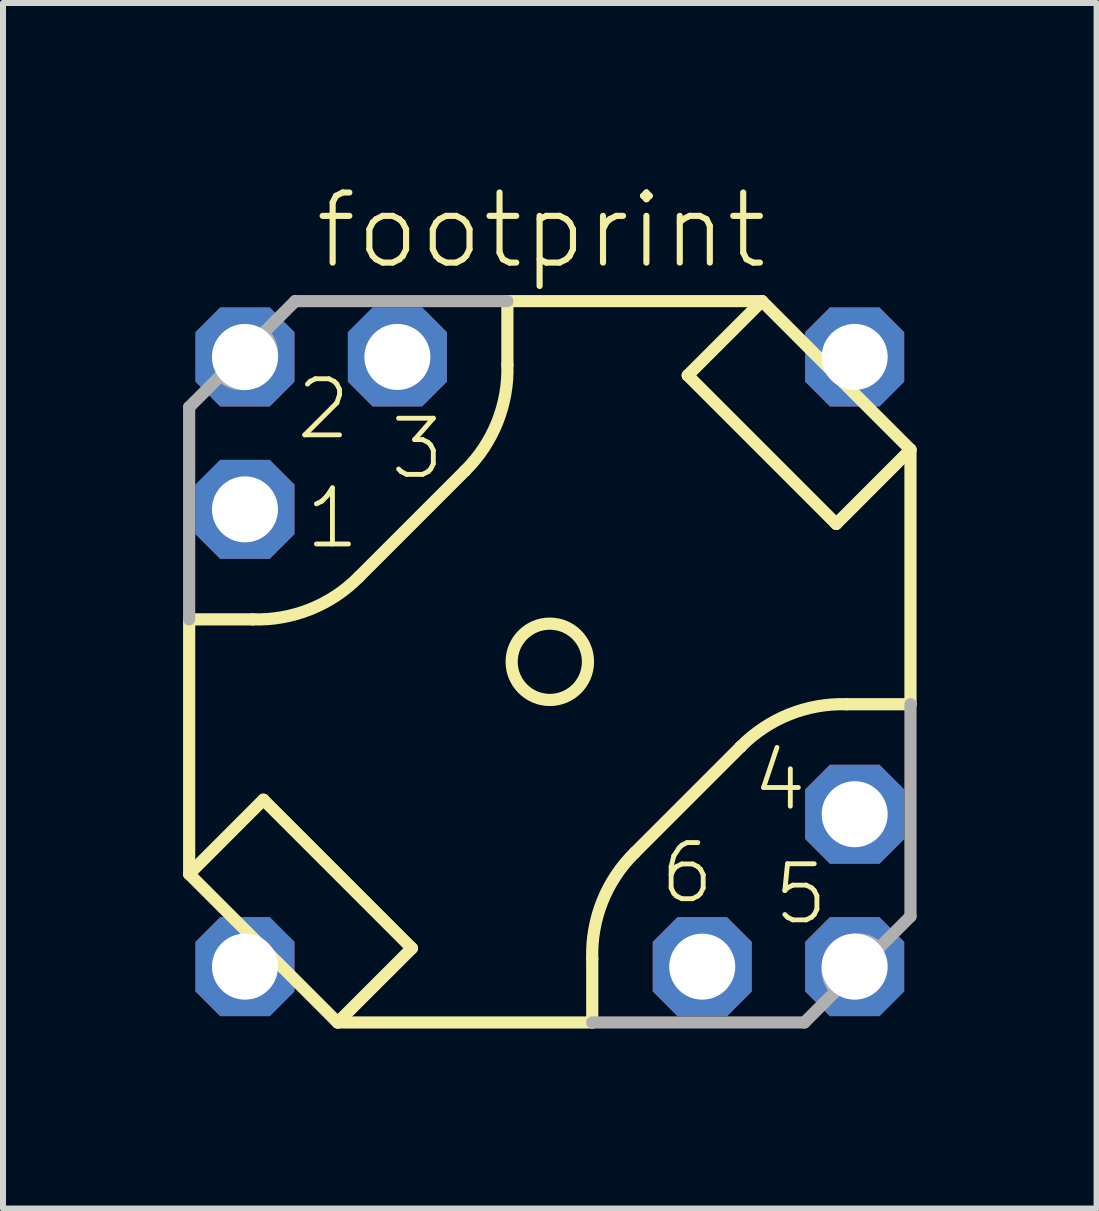
<source format=kicad_pcb>
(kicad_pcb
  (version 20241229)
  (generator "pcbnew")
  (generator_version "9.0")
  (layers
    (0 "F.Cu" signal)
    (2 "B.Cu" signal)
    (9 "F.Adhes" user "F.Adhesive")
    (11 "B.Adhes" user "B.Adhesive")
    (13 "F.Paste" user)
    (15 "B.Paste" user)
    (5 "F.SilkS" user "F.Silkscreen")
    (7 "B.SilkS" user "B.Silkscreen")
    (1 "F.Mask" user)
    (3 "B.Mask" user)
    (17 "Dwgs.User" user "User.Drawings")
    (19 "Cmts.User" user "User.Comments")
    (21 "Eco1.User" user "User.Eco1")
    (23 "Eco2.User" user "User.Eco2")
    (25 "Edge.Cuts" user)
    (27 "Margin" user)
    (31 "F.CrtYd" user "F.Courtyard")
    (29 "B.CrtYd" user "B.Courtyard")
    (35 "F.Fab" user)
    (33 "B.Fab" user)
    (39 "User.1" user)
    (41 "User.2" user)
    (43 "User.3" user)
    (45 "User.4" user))
  (footprint "footprint"
    (layer "F.Cu")
    (at 6.112 7.978)
    (property "Reference" "footprint" (at -3.964 -6.504 0) (layer "F.SilkS") (effects (font (size 1.168 1.168) (thickness 0.102)) (justify left bottom)))
    (fp_line (start -6.01 3.536) (end -6.01 -0.707) (stroke (width 0.203) (type solid)) (layer "F.SilkS"))
    (fp_line (start -6.01 3.536) (end -4.773 2.298) (stroke (width 0.203) (type solid)) (layer "F.SilkS"))
    (fp_line (start -6.01 3.536) (end -3.536 6.01) (stroke (width 0.203) (type solid)) (layer "F.SilkS"))
    (fp_line (start -4.95 -0.707) (end -6.01 -0.707) (stroke (width 0.203) (type solid)) (layer "F.SilkS"))
    (fp_line (start -4.773 2.298) (end -2.298 4.773) (stroke (width 0.203) (type solid)) (layer "F.SilkS"))
    (fp_line (start -3.536 6.01) (end 0.707 6.01) (stroke (width 0.203) (type solid)) (layer "F.SilkS"))
    (fp_line (start -3.182 -1.414) (end -1.414 -3.182) (stroke (width 0.203) (type solid)) (layer "F.SilkS"))
    (fp_line (start -2.298 4.773) (end -3.536 6.01) (stroke (width 0.203) (type solid)) (layer "F.SilkS"))
    (fp_line (start -0.707 -6.01) (end -0.707 -4.95) (stroke (width 0.203) (type solid)) (layer "F.SilkS"))
    (fp_line (start 0.707 4.95) (end 0.707 6.01) (stroke (width 0.203) (type solid)) (layer "F.SilkS"))
    (fp_line (start 2.298 -4.773) (end 3.536 -6.01) (stroke (width 0.203) (type solid)) (layer "F.SilkS"))
    (fp_line (start 3.182 1.414) (end 1.414 3.182) (stroke (width 0.203) (type solid)) (layer "F.SilkS"))
    (fp_line (start 3.182 1.414) (end 3.182 1.414) (stroke (width 0.203) (type solid)) (layer "F.SilkS"))
    (fp_line (start 3.536 -6.01) (end -0.707 -6.01) (stroke (width 0.203) (type solid)) (layer "F.SilkS"))
    (fp_line (start 3.536 -6.01) (end 6.01 -3.536) (stroke (width 0.203) (type solid)) (layer "F.SilkS"))
    (fp_line (start 4.773 -2.298) (end 2.298 -4.773) (stroke (width 0.203) (type solid)) (layer "F.SilkS"))
    (fp_line (start 6.01 -3.536) (end 4.773 -2.298) (stroke (width 0.203) (type solid)) (layer "F.SilkS"))
    (fp_line (start 6.01 -3.536) (end 6.01 0.707) (stroke (width 0.203) (type solid)) (layer "F.SilkS"))
    (fp_line (start 6.01 0.707) (end 4.95 0.707) (stroke (width 0.203) (type solid)) (layer "F.SilkS"))
    (fp_arc (start -3.182101 -1.414) (mid -3.992104 -0.875592) (end -4.95 -0.707) (stroke (width 0.2032) (type solid)) (layer "F.SilkS"))
    (fp_arc (start -0.707 -4.95) (mid -0.875569 -3.992217) (end -1.4139 -3.1823) (stroke (width 0.2032) (type solid)) (layer "F.SilkS"))
    (fp_arc (start 0.707 4.95) (mid 0.875612 3.992157) (end 1.413999 3.1822) (stroke (width 0.2032) (type solid)) (layer "F.SilkS"))
    (fp_arc (start 3.1819 1.4141) (mid 3.991873 0.875775) (end 4.9497 0.7072) (stroke (width 0.2032) (type solid)) (layer "F.SilkS"))
    (fp_circle (center 0 0) (end 0.636 0) (stroke (width 0.203) (type solid)) (fill no) (layer "F.SilkS"))
    (fp_line (start -6.01 -4.243) (end -5.48 -4.773) (stroke (width 0.203) (type solid)) (layer "F.Fab"))
    (fp_line (start -6.01 -0.707) (end -6.01 -4.243) (stroke (width 0.203) (type solid)) (layer "F.Fab"))
    (fp_line (start -4.773 -5.48) (end -4.773 -5.48) (stroke (width 0.203) (type solid)) (layer "F.Fab"))
    (fp_line (start -4.773 -5.48) (end -4.243 -6.01) (stroke (width 0.203) (type solid)) (layer "F.Fab"))
    (fp_line (start -4.243 -6.01) (end -0.707 -6.01) (stroke (width 0.203) (type solid)) (layer "F.Fab"))
    (fp_line (start 0.707 6.01) (end 4.243 6.01) (stroke (width 0.203) (type solid)) (layer "F.Fab"))
    (fp_line (start 4.243 6.01) (end 4.773 5.48) (stroke (width 0.203) (type solid)) (layer "F.Fab"))
    (fp_line (start 5.48 4.773) (end 5.48 4.773) (stroke (width 0.203) (type solid)) (layer "F.Fab"))
    (fp_line (start 5.48 4.773) (end 6.01 4.243) (stroke (width 0.203) (type solid)) (layer "F.Fab"))
    (fp_line (start 6.01 4.243) (end 6.01 0.707) (stroke (width 0.203) (type solid)) (layer "F.Fab"))
    (fp_arc (start -4.772898 -5.480098) (mid -4.77285 -4.772948) (end -5.48 -4.773) (stroke (width 0.2032) (type solid)) (layer "F.Fab"))
    (fp_arc (start 4.773 5.48) (mid 4.772948 4.77285) (end 5.480098 4.772898) (stroke (width 0.2032) (type solid)) (layer "F.Fab"))
    (fp_circle (center -5.08 -2.54) (end -4.726 -2.54) (stroke (width 0.203) (type solid)) (fill no) (layer "F.Fab"))
    (fp_circle (center -2.54 -5.08) (end -2.187 -5.08) (stroke (width 0.203) (type solid)) (fill no) (layer "F.Fab"))
    (fp_circle (center 2.54 5.08) (end 2.894 5.08) (stroke (width 0.203) (type solid)) (fill no) (layer "F.Fab"))
    (fp_circle (center 5.08 2.54) (end 5.434 2.54) (stroke (width 0.203) (type solid)) (fill no) (layer "F.Fab"))
    (fp_text user "3" (at -2.707 -3.005 0) (layer "F.SilkS") (effects (font (size 0.935 0.935) (thickness 0.081)) (justify left bottom)))
    (fp_text user "4" (at 3.331 2.525 0) (layer "F.SilkS") (effects (font (size 0.935 0.935) (thickness 0.081)) (justify left bottom)))
    (fp_text user "6" (at 1.79 4.066 0) (layer "F.SilkS") (effects (font (size 0.935 0.935) (thickness 0.081)) (justify left bottom)))
    (fp_text user "1" (at -4.121 -1.845 0) (layer "F.SilkS") (effects (font (size 0.935 0.935) (thickness 0.081)) (justify left bottom)))
    (fp_text user "5" (at 3.685 4.419 0) (layer "F.SilkS") (effects (font (size 0.935 0.935) (thickness 0.081)) (justify left bottom)))
    (fp_text user "2" (at -4.27 -3.663 0) (layer "F.SilkS") (effects (font (size 0.935 0.935) (thickness 0.081)) (justify left bottom)))
    (pad "1" thru_hole roundrect (at -5.08 -2.54) (size 1.65 1.65) (drill 1.1) (layers "*.Cu" "*.Mask") (roundrect_rratio 0.25) (chamfer_ratio 0.25) (chamfer top_left top_right bottom_left bottom_right))
    (pad "2" thru_hole roundrect (at -5.08 -5.08) (size 1.65 1.65) (drill 1.1) (layers "*.Cu" "*.Mask") (roundrect_rratio 0.25) (chamfer_ratio 0.25) (chamfer top_left top_right bottom_left bottom_right))
    (pad "3" thru_hole roundrect (at -2.54 -5.08) (size 1.65 1.65) (drill 1.1) (layers "*.Cu" "*.Mask") (roundrect_rratio 0.25) (chamfer_ratio 0.25) (chamfer top_left top_right bottom_left bottom_right))
    (pad "4" thru_hole roundrect (at 5.08 2.54) (size 1.65 1.65) (drill 1.1) (layers "*.Cu" "*.Mask") (roundrect_rratio 0.25) (chamfer_ratio 0.25) (chamfer top_left top_right bottom_left bottom_right))
    (pad "5" thru_hole roundrect (at 5.08 5.08) (size 1.65 1.65) (drill 1.1) (layers "*.Cu" "*.Mask") (roundrect_rratio 0.25) (chamfer_ratio 0.25) (chamfer top_left top_right bottom_left bottom_right))
    (pad "6" thru_hole roundrect (at 2.54 5.08) (size 1.65 1.65) (drill 1.1) (layers "*.Cu" "*.Mask") (roundrect_rratio 0.25) (chamfer_ratio 0.25) (chamfer top_left top_right bottom_left bottom_right))
    (pad "M1" thru_hole roundrect (at -5.08 5.08) (size 1.65 1.65) (drill 1.1) (layers "*.Cu" "*.Mask") (roundrect_rratio 0.25) (chamfer_ratio 0.25) (chamfer top_left top_right bottom_left bottom_right))
    (pad "M2" thru_hole roundrect (at 5.08 -5.08) (size 1.65 1.65) (drill 1.1) (layers "*.Cu" "*.Mask") (roundrect_rratio 0.25) (chamfer_ratio 0.25) (chamfer top_left top_right bottom_left bottom_right)))
  (gr_rect
    (start -3 -3)
    (end 15.223 17.089)
    (stroke (width 0.1) (type default))
    (fill no)
    (layer "Edge.Cuts")))
</source>
